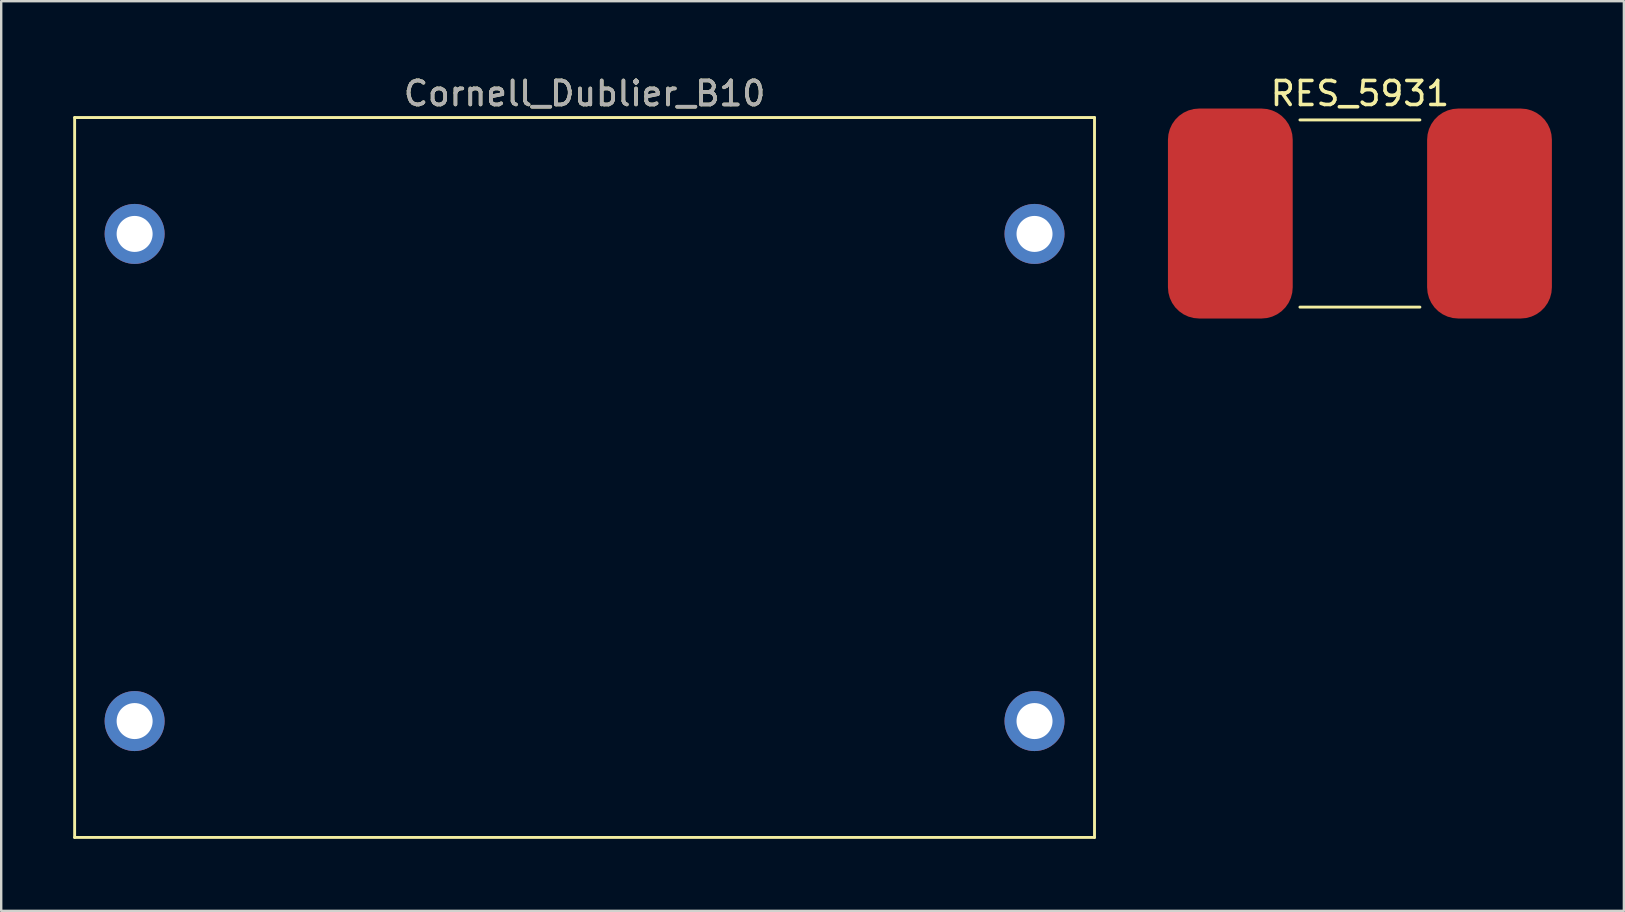
<source format=kicad_pcb>
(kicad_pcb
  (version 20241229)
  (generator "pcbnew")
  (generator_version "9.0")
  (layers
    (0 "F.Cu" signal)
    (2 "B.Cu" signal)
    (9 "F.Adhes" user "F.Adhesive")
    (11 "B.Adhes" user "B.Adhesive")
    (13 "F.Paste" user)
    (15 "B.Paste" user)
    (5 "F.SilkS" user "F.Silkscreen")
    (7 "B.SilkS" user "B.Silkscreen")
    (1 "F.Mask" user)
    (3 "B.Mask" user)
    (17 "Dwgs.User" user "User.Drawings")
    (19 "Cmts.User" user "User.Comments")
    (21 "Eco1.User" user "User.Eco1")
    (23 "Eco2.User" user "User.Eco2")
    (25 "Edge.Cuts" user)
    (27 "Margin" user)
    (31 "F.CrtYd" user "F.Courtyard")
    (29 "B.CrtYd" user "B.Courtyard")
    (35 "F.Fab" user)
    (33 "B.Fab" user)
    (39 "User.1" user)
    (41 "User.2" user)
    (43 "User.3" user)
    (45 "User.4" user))
  (footprint "RES_5931"
    (layer "F.Cu")
    (at 53.62 5.848)
    (property "Reference" "RES_5931" (at 0 -5 0) (unlocked yes) (layer "F.SilkS") (effects (font (size 1 1) (thickness 0.15))))
    (attr smd)
    (fp_line (start -2.5 -3.9) (end 2.5 -3.9) (stroke (width 0.12) (type solid)) (layer "F.SilkS"))
    (fp_line (start -2.5 3.9) (end 2.5 3.9) (stroke (width 0.12) (type solid)) (layer "F.SilkS"))
    (pad "1" smd roundrect (at -5.4 0) (size 5.2 8.75) (layers "F.Cu" "F.Mask" "F.Paste") (roundrect_rratio 0.25))
    (pad "2" smd roundrect (at 5.4 0) (size 5.2 8.75) (layers "F.Cu" "F.Mask" "F.Paste") (roundrect_rratio 0.25)))
  (footprint "Cornell_Dublier_B10"
    (layer "F.Cu")
    (at 21.31 16.848)
    (property "Reference" "Cornell_Dublier_B10" (at 0 -16 0) (unlocked yes) (layer "F.SilkS") (effects (font (size 1 1) (thickness 0.15))))
    (attr through_hole)
    (fp_line (start -21.25 -15) (end 21.25 -15) (stroke (width 0.12) (type solid)) (layer "F.SilkS"))
    (fp_line (start -21.25 15) (end -21.25 -15) (stroke (width 0.12) (type solid)) (layer "F.SilkS"))
    (fp_line (start 21.25 -15) (end 21.25 15) (stroke (width 0.12) (type solid)) (layer "F.SilkS"))
    (fp_line (start 21.25 15) (end -21.25 15) (stroke (width 0.12) (type solid)) (layer "F.SilkS"))
    (fp_text user "${REFERENCE}" (at 0 -16 0) (unlocked yes) (layer "F.Fab") (effects (font (size 1 1) (thickness 0.15))))
    (pad "1" thru_hole circle (at -18.75 -10.15) (size 2.5 2.5) (drill 1.5) (layers "*.Cu" "*.Mask"))
    (pad "1" thru_hole circle (at -18.75 10.15) (size 2.5 2.5) (drill 1.5) (layers "*.Cu" "*.Mask"))
    (pad "2" thru_hole circle (at 18.75 -10.15) (size 2.5 2.5) (drill 1.5) (layers "*.Cu" "*.Mask"))
    (pad "2" thru_hole circle (at 18.75 10.15) (size 2.5 2.5) (drill 1.5) (layers "*.Cu" "*.Mask")))
  (gr_rect
    (start -3 -3)
    (end 64.62 34.908)
    (stroke (width 0.1) (type default))
    (fill no)
    (layer "Edge.Cuts")))
</source>
